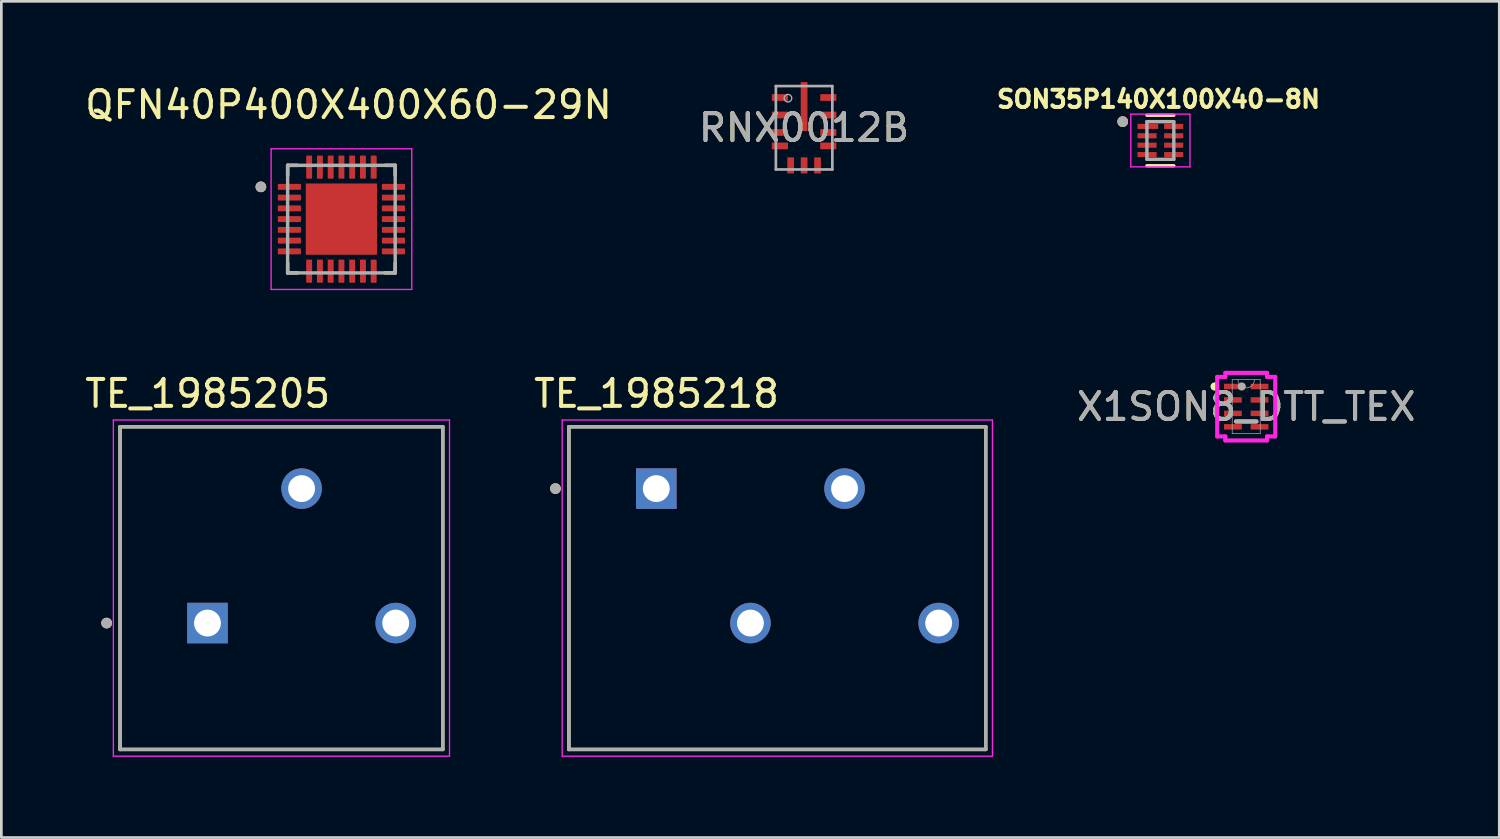
<source format=kicad_pcb>
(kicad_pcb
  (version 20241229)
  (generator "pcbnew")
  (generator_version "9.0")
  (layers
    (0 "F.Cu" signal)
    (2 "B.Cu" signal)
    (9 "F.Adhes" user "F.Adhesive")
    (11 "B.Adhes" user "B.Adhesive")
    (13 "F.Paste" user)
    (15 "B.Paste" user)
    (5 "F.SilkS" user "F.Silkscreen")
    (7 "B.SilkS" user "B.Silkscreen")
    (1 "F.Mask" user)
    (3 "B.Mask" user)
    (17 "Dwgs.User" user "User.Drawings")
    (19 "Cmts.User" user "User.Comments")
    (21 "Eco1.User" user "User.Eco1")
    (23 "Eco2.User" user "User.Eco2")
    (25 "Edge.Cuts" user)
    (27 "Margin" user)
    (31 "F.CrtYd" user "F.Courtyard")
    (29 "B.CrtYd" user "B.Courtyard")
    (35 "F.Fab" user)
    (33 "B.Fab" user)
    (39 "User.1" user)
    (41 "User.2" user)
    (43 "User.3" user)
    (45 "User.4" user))
  (footprint "QFN40P400X400X60-29N"
    (layer "F.Cu")
    (at 9.646 5.098)
    (property "Reference" "QFN40P400X400X60-29N" (at 0.265 -4.25 0) (layer "F.SilkS") (effects (font (size 1 1) (thickness 0.15))))
    (attr smd)
    (fp_line (start -2 -2) (end -2 -1.63) (stroke (width 0.127) (type solid)) (layer "F.SilkS"))
    (fp_line (start -2 -2) (end -1.63 -2) (stroke (width 0.127) (type solid)) (layer "F.SilkS"))
    (fp_line (start -2 2) (end -2 1.63) (stroke (width 0.127) (type solid)) (layer "F.SilkS"))
    (fp_line (start -2 2) (end -1.63 2) (stroke (width 0.127) (type solid)) (layer "F.SilkS"))
    (fp_line (start 2 -2) (end 1.63 -2) (stroke (width 0.127) (type solid)) (layer "F.SilkS"))
    (fp_line (start 2 -2) (end 2 -1.63) (stroke (width 0.127) (type solid)) (layer "F.SilkS"))
    (fp_line (start 2 2) (end 1.63 2) (stroke (width 0.127) (type solid)) (layer "F.SilkS"))
    (fp_line (start 2 2) (end 2 1.63) (stroke (width 0.127) (type solid)) (layer "F.SilkS"))
    (fp_circle (center -2.995 -1.2) (end -2.895 -1.2) (stroke (width 0.2) (type solid)) (fill no) (layer "F.SilkS"))
    (fp_poly (pts (xy -0.84 -0.84) (xy 0.84 -0.84) (xy 0.84 0.84) (xy -0.84 0.84)) (stroke (width 0.01) (type solid)) (fill yes) (layer "F.Paste"))
    (fp_line (start -2.615 -2.615) (end 2.615 -2.615) (stroke (width 0.05) (type solid)) (layer "F.CrtYd"))
    (fp_line (start -2.615 2.615) (end -2.615 -2.615) (stroke (width 0.05) (type solid)) (layer "F.CrtYd"))
    (fp_line (start -2.615 2.615) (end 2.615 2.615) (stroke (width 0.05) (type solid)) (layer "F.CrtYd"))
    (fp_line (start 2.615 2.615) (end 2.615 -2.615) (stroke (width 0.05) (type solid)) (layer "F.CrtYd"))
    (fp_line (start -2 2) (end -2 -2) (stroke (width 0.127) (type solid)) (layer "F.Fab"))
    (fp_line (start 2 -2) (end -2 -2) (stroke (width 0.127) (type solid)) (layer "F.Fab"))
    (fp_line (start 2 2) (end -2 2) (stroke (width 0.127) (type solid)) (layer "F.Fab"))
    (fp_line (start 2 2) (end 2 -2) (stroke (width 0.127) (type solid)) (layer "F.Fab"))
    (fp_circle (center -2.995 -1.2) (end -2.895 -1.2) (stroke (width 0.2) (type solid)) (fill no) (layer "F.Fab"))
    (pad "1" smd roundrect (at -1.935 -1.2) (size 0.86 0.22) (layers "F.Cu" "F.Mask" "F.Paste") (roundrect_rratio 0.125))
    (pad "2" smd roundrect (at -1.935 -0.8) (size 0.86 0.22) (layers "F.Cu" "F.Mask" "F.Paste") (roundrect_rratio 0.125))
    (pad "3" smd roundrect (at -1.935 -0.4) (size 0.86 0.22) (layers "F.Cu" "F.Mask" "F.Paste") (roundrect_rratio 0.125))
    (pad "4" smd roundrect (at -1.935 0) (size 0.86 0.22) (layers "F.Cu" "F.Mask" "F.Paste") (roundrect_rratio 0.125))
    (pad "5" smd roundrect (at -1.935 0.4) (size 0.86 0.22) (layers "F.Cu" "F.Mask" "F.Paste") (roundrect_rratio 0.125))
    (pad "6" smd roundrect (at -1.935 0.8) (size 0.86 0.22) (layers "F.Cu" "F.Mask" "F.Paste") (roundrect_rratio 0.125))
    (pad "7" smd roundrect (at -1.935 1.2) (size 0.86 0.22) (layers "F.Cu" "F.Mask" "F.Paste") (roundrect_rratio 0.125))
    (pad "8" smd roundrect (at -1.2 1.935) (size 0.22 0.86) (layers "F.Cu" "F.Mask" "F.Paste") (roundrect_rratio 0.125))
    (pad "9" smd roundrect (at -0.8 1.935) (size 0.22 0.86) (layers "F.Cu" "F.Mask" "F.Paste") (roundrect_rratio 0.125))
    (pad "10" smd roundrect (at -0.4 1.935) (size 0.22 0.86) (layers "F.Cu" "F.Mask" "F.Paste") (roundrect_rratio 0.125))
    (pad "11" smd roundrect (at 0 1.935) (size 0.22 0.86) (layers "F.Cu" "F.Mask" "F.Paste") (roundrect_rratio 0.125))
    (pad "12" smd roundrect (at 0.4 1.935) (size 0.22 0.86) (layers "F.Cu" "F.Mask" "F.Paste") (roundrect_rratio 0.125))
    (pad "13" smd roundrect (at 0.8 1.935) (size 0.22 0.86) (layers "F.Cu" "F.Mask" "F.Paste") (roundrect_rratio 0.125))
    (pad "14" smd roundrect (at 1.2 1.935) (size 0.22 0.86) (layers "F.Cu" "F.Mask" "F.Paste") (roundrect_rratio 0.125))
    (pad "15" smd roundrect (at 1.935 1.2) (size 0.86 0.22) (layers "F.Cu" "F.Mask" "F.Paste") (roundrect_rratio 0.125))
    (pad "16" smd roundrect (at 1.935 0.8) (size 0.86 0.22) (layers "F.Cu" "F.Mask" "F.Paste") (roundrect_rratio 0.125))
    (pad "17" smd roundrect (at 1.935 0.4) (size 0.86 0.22) (layers "F.Cu" "F.Mask" "F.Paste") (roundrect_rratio 0.125))
    (pad "18" smd roundrect (at 1.935 0) (size 0.86 0.22) (layers "F.Cu" "F.Mask" "F.Paste") (roundrect_rratio 0.125))
    (pad "19" smd roundrect (at 1.935 -0.4) (size 0.86 0.22) (layers "F.Cu" "F.Mask" "F.Paste") (roundrect_rratio 0.125))
    (pad "20" smd roundrect (at 1.935 -0.8) (size 0.86 0.22) (layers "F.Cu" "F.Mask" "F.Paste") (roundrect_rratio 0.125))
    (pad "21" smd roundrect (at 1.935 -1.2) (size 0.86 0.22) (layers "F.Cu" "F.Mask" "F.Paste") (roundrect_rratio 0.125))
    (pad "22" smd roundrect (at 1.2 -1.935) (size 0.22 0.86) (layers "F.Cu" "F.Mask" "F.Paste") (roundrect_rratio 0.125))
    (pad "23" smd roundrect (at 0.8 -1.935) (size 0.22 0.86) (layers "F.Cu" "F.Mask" "F.Paste") (roundrect_rratio 0.125))
    (pad "24" smd roundrect (at 0.4 -1.935) (size 0.22 0.86) (layers "F.Cu" "F.Mask" "F.Paste") (roundrect_rratio 0.125))
    (pad "25" smd roundrect (at 0 -1.935) (size 0.22 0.86) (layers "F.Cu" "F.Mask" "F.Paste") (roundrect_rratio 0.125))
    (pad "26" smd roundrect (at -0.4 -1.935) (size 0.22 0.86) (layers "F.Cu" "F.Mask" "F.Paste") (roundrect_rratio 0.125))
    (pad "27" smd roundrect (at -0.8 -1.935) (size 0.22 0.86) (layers "F.Cu" "F.Mask" "F.Paste") (roundrect_rratio 0.125))
    (pad "28" smd roundrect (at -1.2 -1.935) (size 0.22 0.86) (layers "F.Cu" "F.Mask" "F.Paste") (roundrect_rratio 0.125))
    (pad "29" smd rect (at 0 0) (size 2.65 2.65) (layers "F.Cu" "F.Mask")))
  (footprint "SON35P140X100X40-8N"
    (layer "F.Cu")
    (at 40.099 2.174)
    (property "Reference" "SON35P140X100X40-8N" (at -0.068 -1.536 0) (layer "F.SilkS") (effects (font (size 0.64 0.64) (thickness 0.15))))
    (attr smd)
    (fp_line (start -0.5 -0.94) (end 0.5 -0.94) (stroke (width 0.127) (type solid)) (layer "F.SilkS"))
    (fp_line (start -0.5 0.94) (end 0.5 0.94) (stroke (width 0.127) (type solid)) (layer "F.SilkS"))
    (fp_circle (center -1.4 -0.7) (end -1.3 -0.7) (stroke (width 0.2) (type solid)) (fill no) (layer "F.SilkS"))
    (fp_line (start -1.1 -0.98) (end 1.1 -0.98) (stroke (width 0.05) (type solid)) (layer "F.CrtYd"))
    (fp_line (start -1.1 0.98) (end -1.1 -0.98) (stroke (width 0.05) (type solid)) (layer "F.CrtYd"))
    (fp_line (start 1.1 -0.98) (end 1.1 0.98) (stroke (width 0.05) (type solid)) (layer "F.CrtYd"))
    (fp_line (start 1.1 0.98) (end -1.1 0.98) (stroke (width 0.05) (type solid)) (layer "F.CrtYd"))
    (fp_line (start -0.5 -0.7) (end 0.5 -0.7) (stroke (width 0.127) (type solid)) (layer "F.Fab"))
    (fp_line (start -0.5 0.7) (end -0.5 -0.7) (stroke (width 0.127) (type solid)) (layer "F.Fab"))
    (fp_line (start 0.5 -0.7) (end 0.5 0.7) (stroke (width 0.127) (type solid)) (layer "F.Fab"))
    (fp_line (start 0.5 0.7) (end -0.5 0.7) (stroke (width 0.127) (type solid)) (layer "F.Fab"))
    (fp_circle (center -1.4 -0.7) (end -1.3 -0.7) (stroke (width 0.2) (type solid)) (fill no) (layer "F.Fab"))
    (pad "1" smd rect (at -0.465 -0.525) (size 0.77 0.19) (layers "F.Cu" "F.Mask" "F.Paste"))
    (pad "2" smd rect (at -0.495 -0.175) (size 0.71 0.19) (layers "F.Cu" "F.Mask" "F.Paste"))
    (pad "3" smd rect (at -0.495 0.175) (size 0.71 0.19) (layers "F.Cu" "F.Mask" "F.Paste"))
    (pad "4" smd rect (at -0.495 0.525) (size 0.71 0.19) (layers "F.Cu" "F.Mask" "F.Paste"))
    (pad "5" smd rect (at 0.495 0.525) (size 0.71 0.19) (layers "F.Cu" "F.Mask" "F.Paste"))
    (pad "6" smd rect (at 0.495 0.175) (size 0.71 0.19) (layers "F.Cu" "F.Mask" "F.Paste"))
    (pad "7" smd rect (at 0.495 -0.175) (size 0.71 0.19) (layers "F.Cu" "F.Mask" "F.Paste"))
    (pad "8" smd rect (at 0.495 -0.525) (size 0.71 0.19) (layers "F.Cu" "F.Mask" "F.Paste")))
  (footprint "X1SON8_DTT_TEX"
    (layer "F.Cu")
    (at 43.291 12.072)
    (property "Reference" "X1SON8_DTT_TEX" (at 0 0 0) (unlocked yes) (layer "F.SilkS") (effects (font (size 1 1) (thickness 0.15))))
    (attr smd)
    (fp_arc (start -1.15824 -0.676376) (mid -1.253363 -0.750189) (end -1.15824 -0.824002) (stroke (width 0.1524) (type solid)) (layer "F.SilkS"))
    (fp_line (start -1.079 -1.106) (end -0.775 -1.106) (stroke (width 0.152) (type solid)) (layer "F.CrtYd"))
    (fp_line (start -1.079 1.106) (end -1.079 -1.106) (stroke (width 0.152) (type solid)) (layer "F.CrtYd"))
    (fp_line (start -1.079 1.106) (end -0.775 1.106) (stroke (width 0.152) (type solid)) (layer "F.CrtYd"))
    (fp_line (start -0.775 -1.257) (end 0.775 -1.257) (stroke (width 0.152) (type solid)) (layer "F.CrtYd"))
    (fp_line (start -0.775 -1.106) (end -0.775 -1.257) (stroke (width 0.152) (type solid)) (layer "F.CrtYd"))
    (fp_line (start -0.775 1.257) (end -0.775 1.106) (stroke (width 0.152) (type solid)) (layer "F.CrtYd"))
    (fp_line (start 0.775 -1.257) (end 0.775 -1.106) (stroke (width 0.152) (type solid)) (layer "F.CrtYd"))
    (fp_line (start 0.775 1.106) (end 0.775 1.257) (stroke (width 0.152) (type solid)) (layer "F.CrtYd"))
    (fp_line (start 0.775 1.257) (end -0.775 1.257) (stroke (width 0.152) (type solid)) (layer "F.CrtYd"))
    (fp_line (start 1.079 -1.106) (end 0.775 -1.106) (stroke (width 0.152) (type solid)) (layer "F.CrtYd"))
    (fp_line (start 1.079 -1.106) (end 1.079 1.106) (stroke (width 0.152) (type solid)) (layer "F.CrtYd"))
    (fp_line (start 1.079 1.106) (end 0.775 1.106) (stroke (width 0.152) (type solid)) (layer "F.CrtYd"))
    (fp_line (start -0.521 -1.003) (end -0.521 1.003) (stroke (width 0.025) (type solid)) (layer "F.Fab"))
    (fp_line (start -0.521 1.003) (end 0.521 1.003) (stroke (width 0.025) (type solid)) (layer "F.Fab"))
    (fp_line (start 0.521 -1.003) (end -0.521 -1.003) (stroke (width 0.025) (type solid)) (layer "F.Fab"))
    (fp_line (start 0.521 1.003) (end 0.521 -1.003) (stroke (width 0.025) (type solid)) (layer "F.Fab"))
    (fp_arc (start 0.3048 -1.0033) (mid 0 -0.6985) (end -0.3048 -1.0033) (stroke (width 0.0254) (type solid)) (layer "F.Fab"))
    (fp_circle (center -0.165 -0.75) (end -0.165 -0.75) (stroke (width 0.152) (type solid)) (fill no) (layer "F.Fab"))
    (fp_text user "${REFERENCE}" (at 0 0 0) (unlocked yes) (layer "F.Fab") (effects (font (size 1 1) (thickness 0.15))))
    (pad "1" smd rect (at -0.47 -0.75) (size 0.711 0.203) (layers "F.Cu" "F.Mask" "F.Paste"))
    (pad "2" smd rect (at -0.495 -0.25) (size 0.66 0.203) (layers "F.Cu" "F.Mask" "F.Paste"))
    (pad "3" smd rect (at -0.495 0.25) (size 0.66 0.203) (layers "F.Cu" "F.Mask" "F.Paste"))
    (pad "4" smd rect (at -0.495 0.75) (size 0.66 0.203) (layers "F.Cu" "F.Mask" "F.Paste"))
    (pad "5" smd rect (at 0.495 0.75) (size 0.66 0.203) (layers "F.Cu" "F.Mask" "F.Paste"))
    (pad "6" smd rect (at 0.495 0.25) (size 0.66 0.203) (layers "F.Cu" "F.Mask" "F.Paste"))
    (pad "7" smd rect (at 0.495 -0.25) (size 0.66 0.203) (layers "F.Cu" "F.Mask" "F.Paste"))
    (pad "8" smd rect (at 0.495 -0.75) (size 0.66 0.203) (layers "F.Cu" "F.Mask" "F.Paste")))
  (footprint "RNX0012B"
    (layer "F.Cu")
    (at 26.851 1.701)
    (property "Reference" "RNX0012B" (at 0 0 0) (unlocked yes) (layer "F.SilkS") (effects (font (size 1 1) (thickness 0.15))))
    (attr smd)
    (fp_poly (pts (xy -0.125 -0.939) (xy -0.125 -1.651) (xy -0.124 -1.661) (xy -0.121 -1.67) (xy -0.117 -1.679) (xy -0.11 -1.686) (xy -0.103 -1.693) (xy -0.094 -1.697) (xy -0.085 -1.7) (xy -0.075 -1.701) (xy 0.075 -1.701) (xy 0.085 -1.7) (xy 0.094 -1.697) (xy 0.103 -1.693) (xy 0.11 -1.686) (xy 0.117 -1.679) (xy 0.121 -1.67) (xy 0.124 -1.661) (xy 0.125 -1.651) (xy 0.125 -0.939) (xy 0.124 -0.929) (xy 0.121 -0.92) (xy 0.117 -0.911) (xy 0.11 -0.904) (xy 0.103 -0.897) (xy 0.094 -0.893) (xy 0.085 -0.89) (xy 0.075 -0.889) (xy -0.075 -0.889) (xy -0.085 -0.89) (xy -0.094 -0.893) (xy -0.103 -0.897) (xy -0.11 -0.904) (xy -0.117 -0.911) (xy -0.121 -0.92) (xy -0.124 -0.929)) (stroke (width 0) (type solid)) (fill yes) (layer "F.Paste"))
    (fp_poly (pts (xy -0.125 0.076) (xy -0.125 -0.636) (xy -0.124 -0.646) (xy -0.121 -0.655) (xy -0.117 -0.664) (xy -0.11 -0.671) (xy -0.103 -0.678) (xy -0.094 -0.682) (xy -0.085 -0.685) (xy -0.075 -0.686) (xy 0.075 -0.686) (xy 0.085 -0.685) (xy 0.094 -0.682) (xy 0.103 -0.678) (xy 0.11 -0.671) (xy 0.117 -0.664) (xy 0.121 -0.655) (xy 0.124 -0.646) (xy 0.125 -0.636) (xy 0.125 0.076) (xy 0.124 0.086) (xy 0.121 0.095) (xy 0.117 0.104) (xy 0.11 0.111) (xy 0.103 0.118) (xy 0.094 0.122) (xy 0.085 0.125) (xy 0.075 0.126) (xy -0.075 0.126) (xy -0.085 0.125) (xy -0.094 0.122) (xy -0.103 0.118) (xy -0.11 0.111) (xy -0.117 0.104) (xy -0.121 0.095) (xy -0.124 0.086)) (stroke (width 0) (type solid)) (fill yes) (layer "F.Paste"))
    (fp_line (start -1.05 -1.55) (end 1.05 -1.55) (stroke (width 0.1) (type solid)) (layer "F.Fab"))
    (fp_line (start -1.05 1.55) (end -1.05 -1.55) (stroke (width 0.1) (type solid)) (layer "F.Fab"))
    (fp_line (start -1.05 1.55) (end 1.05 1.55) (stroke (width 0.1) (type solid)) (layer "F.Fab"))
    (fp_line (start 1.05 1.55) (end 1.05 -1.55) (stroke (width 0.1) (type solid)) (layer "F.Fab"))
    (fp_circle (center -0.6 -1.1) (end -0.459 -1.1) (stroke (width 0.05) (type solid)) (fill no) (layer "F.Fab"))
    (fp_text user "${REFERENCE}" (at 0 0 0) (unlocked yes) (layer "F.Fab") (effects (font (size 1 1) (thickness 0.15))))
    (pad "1" smd rect (at -0.9 -1.125) (size 0.6 0.25) (layers "F.Cu" "F.Mask" "F.Paste"))
    (pad "2" smd rect (at -0.9 -0.475) (size 0.6 0.25) (layers "F.Cu" "F.Mask" "F.Paste"))
    (pad "3" smd rect (at -0.9 0.175) (size 0.6 0.25) (layers "F.Cu" "F.Mask" "F.Paste"))
    (pad "4" smd rect (at -0.9 0.675) (size 0.6 0.25) (layers "F.Cu" "F.Mask" "F.Paste"))
    (pad "5" smd rect (at -0.5 1.4 90) (size 0.6 0.25) (layers "F.Cu" "F.Mask" "F.Paste"))
    (pad "6" smd rect (at 0 1.4 90) (size 0.6 0.25) (layers "F.Cu" "F.Mask" "F.Paste"))
    (pad "7" smd rect (at 0.5 1.4 90) (size 0.6 0.25) (layers "F.Cu" "F.Mask" "F.Paste"))
    (pad "8" smd rect (at 0.9 0.675) (size 0.6 0.25) (layers "F.Cu" "F.Mask" "F.Paste"))
    (pad "9" smd rect (at 0.9 0.175) (size 0.6 0.25) (layers "F.Cu" "F.Mask" "F.Paste"))
    (pad "10" smd rect (at 0.9 -0.475) (size 0.6 0.25) (layers "F.Cu" "F.Mask" "F.Paste"))
    (pad "11" smd rect (at 0.9 -1.125) (size 0.6 0.25) (layers "F.Cu" "F.Mask" "F.Paste"))
    (pad "12" smd rect (at 0 -0.788 90) (size 1.825 0.25) (layers "F.Cu" "F.Mask")))
  (footprint "TE_1985205"
    (layer "F.Cu")
    (at 7.415 18.819)
    (property "Reference" "TE_1985205" (at -2.743 -7.232 0) (layer "F.SilkS") (effects (font (size 1 1) (thickness 0.15))))
    (attr through_hole)
    (fp_line (start -6 -6) (end 6 -6) (stroke (width 0.127) (type solid)) (layer "F.SilkS"))
    (fp_line (start -6 6) (end -6 -6) (stroke (width 0.127) (type solid)) (layer "F.SilkS"))
    (fp_line (start 6 -6) (end 6 6) (stroke (width 0.127) (type solid)) (layer "F.SilkS"))
    (fp_line (start 6 6) (end -6 6) (stroke (width 0.127) (type solid)) (layer "F.SilkS"))
    (fp_circle (center -6.5 1.3) (end -6.4 1.3) (stroke (width 0.2) (type solid)) (fill no) (layer "F.SilkS"))
    (fp_line (start -6.25 -6.25) (end 6.25 -6.25) (stroke (width 0.05) (type solid)) (layer "F.CrtYd"))
    (fp_line (start -6.25 6.25) (end -6.25 -6.25) (stroke (width 0.05) (type solid)) (layer "F.CrtYd"))
    (fp_line (start 6.25 -6.25) (end 6.25 6.25) (stroke (width 0.05) (type solid)) (layer "F.CrtYd"))
    (fp_line (start 6.25 6.25) (end -6.25 6.25) (stroke (width 0.05) (type solid)) (layer "F.CrtYd"))
    (fp_line (start -6 -6) (end 6 -6) (stroke (width 0.127) (type solid)) (layer "F.Fab"))
    (fp_line (start -6 6) (end -6 -6) (stroke (width 0.127) (type solid)) (layer "F.Fab"))
    (fp_line (start 6 -6) (end 6 6) (stroke (width 0.127) (type solid)) (layer "F.Fab"))
    (fp_line (start 6 6) (end -6 6) (stroke (width 0.127) (type solid)) (layer "F.Fab"))
    (fp_circle (center -6.5 1.3) (end -6.4 1.3) (stroke (width 0.2) (type solid)) (fill no) (layer "F.Fab"))
    (pad "1" thru_hole rect (at -2.75 1.3) (size 1.508 1.508) (drill 1) (layers "*.Cu" "*.Mask"))
    (pad "2" thru_hole circle (at 0.75 -3.7) (size 1.508 1.508) (drill 1) (layers "*.Cu" "*.Mask"))
    (pad "3" thru_hole circle (at 4.25 1.3) (size 1.508 1.508) (drill 1) (layers "*.Cu" "*.Mask")))
  (footprint "TE_1985218"
    (layer "F.Cu")
    (at 25.855 18.819)
    (property "Reference" "TE_1985218" (at -4.492 -7.232 0) (layer "F.SilkS") (effects (font (size 1 1) (thickness 0.15))))
    (attr through_hole)
    (fp_line (start -7.75 -6) (end 7.75 -6) (stroke (width 0.127) (type solid)) (layer "F.SilkS"))
    (fp_line (start -7.75 6) (end -7.75 -6) (stroke (width 0.127) (type solid)) (layer "F.SilkS"))
    (fp_line (start 7.75 -6) (end 7.75 6) (stroke (width 0.127) (type solid)) (layer "F.SilkS"))
    (fp_line (start 7.75 6) (end -7.75 6) (stroke (width 0.127) (type solid)) (layer "F.SilkS"))
    (fp_circle (center -8.25 -3.7) (end -8.15 -3.7) (stroke (width 0.2) (type solid)) (fill no) (layer "F.SilkS"))
    (fp_line (start -8 -6.25) (end 8 -6.25) (stroke (width 0.05) (type solid)) (layer "F.CrtYd"))
    (fp_line (start -8 6.25) (end -8 -6.25) (stroke (width 0.05) (type solid)) (layer "F.CrtYd"))
    (fp_line (start 8 -6.25) (end 8 6.25) (stroke (width 0.05) (type solid)) (layer "F.CrtYd"))
    (fp_line (start 8 6.25) (end -8 6.25) (stroke (width 0.05) (type solid)) (layer "F.CrtYd"))
    (fp_line (start -7.75 -6) (end 7.75 -6) (stroke (width 0.127) (type solid)) (layer "F.Fab"))
    (fp_line (start -7.75 6) (end -7.75 -6) (stroke (width 0.127) (type solid)) (layer "F.Fab"))
    (fp_line (start 7.75 -6) (end 7.75 6) (stroke (width 0.127) (type solid)) (layer "F.Fab"))
    (fp_line (start 7.75 6) (end -7.75 6) (stroke (width 0.127) (type solid)) (layer "F.Fab"))
    (fp_circle (center -8.25 -3.7) (end -8.15 -3.7) (stroke (width 0.2) (type solid)) (fill no) (layer "F.Fab"))
    (pad "1" thru_hole rect (at -4.5 -3.7) (size 1.508 1.508) (drill 1) (layers "*.Cu" "*.Mask"))
    (pad "2" thru_hole circle (at -1 1.3) (size 1.508 1.508) (drill 1) (layers "*.Cu" "*.Mask"))
    (pad "3" thru_hole circle (at 2.5 -3.7) (size 1.508 1.508) (drill 1) (layers "*.Cu" "*.Mask"))
    (pad "4" thru_hole circle (at 6 1.3) (size 1.508 1.508) (drill 1) (layers "*.Cu" "*.Mask")))
  (gr_rect
    (start -3 -3)
    (end 52.702 28.094)
    (stroke (width 0.1) (type default))
    (fill no)
    (layer "Edge.Cuts")))
</source>
